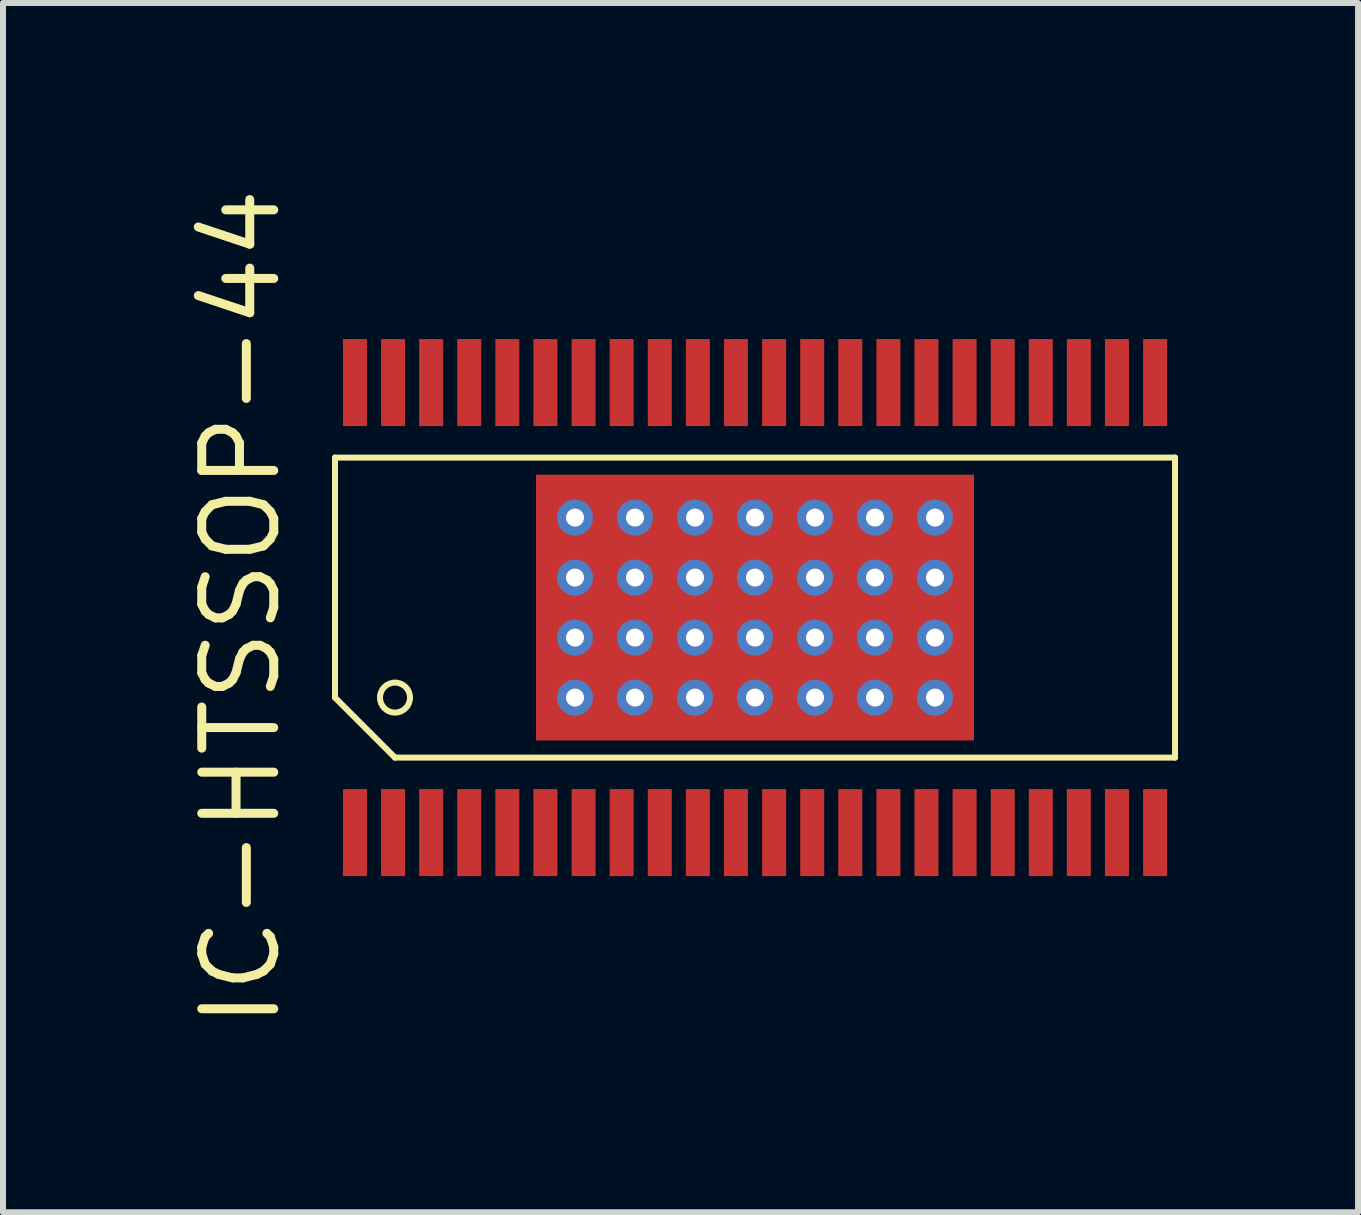
<source format=kicad_pcb>
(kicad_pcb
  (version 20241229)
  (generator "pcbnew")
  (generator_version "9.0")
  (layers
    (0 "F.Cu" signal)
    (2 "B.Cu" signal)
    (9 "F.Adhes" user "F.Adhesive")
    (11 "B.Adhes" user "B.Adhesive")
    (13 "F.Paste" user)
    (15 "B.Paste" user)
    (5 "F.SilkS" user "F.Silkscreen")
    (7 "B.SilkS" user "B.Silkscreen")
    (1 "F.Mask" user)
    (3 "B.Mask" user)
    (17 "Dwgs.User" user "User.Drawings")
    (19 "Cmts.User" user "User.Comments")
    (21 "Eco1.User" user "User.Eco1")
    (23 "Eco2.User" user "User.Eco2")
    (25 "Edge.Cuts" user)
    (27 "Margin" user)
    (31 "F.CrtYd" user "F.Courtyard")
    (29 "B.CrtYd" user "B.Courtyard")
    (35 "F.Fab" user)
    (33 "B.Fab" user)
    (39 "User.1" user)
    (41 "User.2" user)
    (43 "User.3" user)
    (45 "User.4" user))
  (footprint "IC-HTSSOP-44"
    (layer "F.Cu")
    (at 9.533 7.076)
    (property "Reference" "IC-HTSSOP-44" (at -8.568 0 90) (layer "F.SilkS") (effects (font (size 1.2 1.2) (thickness 0.15))))
    (attr through_hole)
    (fp_line (start -7 -2.5) (end -7 0) (stroke (width 0.1) (type solid)) (layer "F.SilkS"))
    (fp_line (start -7 0) (end -7 1.5) (stroke (width 0.1) (type solid)) (layer "F.SilkS"))
    (fp_line (start -7 1.5) (end -6 2.5) (stroke (width 0.1) (type solid)) (layer "F.SilkS"))
    (fp_line (start -6 2.5) (end 7 2.5) (stroke (width 0.1) (type solid)) (layer "F.SilkS"))
    (fp_line (start 7 -2.5) (end -7 -2.5) (stroke (width 0.1) (type solid)) (layer "F.SilkS"))
    (fp_line (start 7 2.5) (end 7 -2.5) (stroke (width 0.1) (type solid)) (layer "F.SilkS"))
    (fp_circle (center -6 1.5) (end -5.75 1.5) (stroke (width 0.1) (type solid)) (fill no) (layer "F.SilkS"))
    (pad "1" smd rect (at -6.668 3.75) (size 0.4 1.45) (layers "F.Cu" "F.Mask" "F.Paste"))
    (pad "2" smd rect (at -6.032 3.75) (size 0.4 1.45) (layers "F.Cu" "F.Mask" "F.Paste"))
    (pad "3" smd rect (at -5.397 3.75) (size 0.4 1.45) (layers "F.Cu" "F.Mask" "F.Paste"))
    (pad "4" smd rect (at -4.763 3.75) (size 0.4 1.45) (layers "F.Cu" "F.Mask" "F.Paste"))
    (pad "5" smd rect (at -4.128 3.75) (size 0.4 1.45) (layers "F.Cu" "F.Mask" "F.Paste"))
    (pad "6" smd rect (at -3.493 3.75) (size 0.4 1.45) (layers "F.Cu" "F.Mask" "F.Paste"))
    (pad "7" smd rect (at -2.857 3.75) (size 0.4 1.45) (layers "F.Cu" "F.Mask" "F.Paste"))
    (pad "8" smd rect (at -2.223 3.75) (size 0.4 1.45) (layers "F.Cu" "F.Mask" "F.Paste"))
    (pad "9" smd rect (at -1.587 3.75) (size 0.4 1.45) (layers "F.Cu" "F.Mask" "F.Paste"))
    (pad "10" smd rect (at -0.953 3.75) (size 0.4 1.45) (layers "F.Cu" "F.Mask" "F.Paste"))
    (pad "11" smd rect (at -0.318 3.75) (size 0.4 1.45) (layers "F.Cu" "F.Mask" "F.Paste"))
    (pad "12" smd rect (at 0.318 3.75) (size 0.4 1.45) (layers "F.Cu" "F.Mask" "F.Paste"))
    (pad "13" smd rect (at 0.953 3.75) (size 0.4 1.45) (layers "F.Cu" "F.Mask" "F.Paste"))
    (pad "14" smd rect (at 1.587 3.75) (size 0.4 1.45) (layers "F.Cu" "F.Mask" "F.Paste"))
    (pad "15" smd rect (at 2.223 3.75) (size 0.4 1.45) (layers "F.Cu" "F.Mask" "F.Paste"))
    (pad "16" smd rect (at 2.857 3.75) (size 0.4 1.45) (layers "F.Cu" "F.Mask" "F.Paste"))
    (pad "17" smd rect (at 3.493 3.75) (size 0.4 1.45) (layers "F.Cu" "F.Mask" "F.Paste"))
    (pad "18" smd rect (at 4.128 3.75) (size 0.4 1.45) (layers "F.Cu" "F.Mask" "F.Paste"))
    (pad "19" smd rect (at 4.763 3.75) (size 0.4 1.45) (layers "F.Cu" "F.Mask" "F.Paste"))
    (pad "20" smd rect (at 5.397 3.75) (size 0.4 1.45) (layers "F.Cu" "F.Mask" "F.Paste"))
    (pad "21" smd rect (at 6.032 3.75) (size 0.4 1.45) (layers "F.Cu" "F.Mask" "F.Paste"))
    (pad "22" smd rect (at 6.668 3.75) (size 0.4 1.45) (layers "F.Cu" "F.Mask" "F.Paste"))
    (pad "23" smd rect (at 6.668 -3.75) (size 0.4 1.45) (layers "F.Cu" "F.Mask" "F.Paste"))
    (pad "24" smd rect (at 6.032 -3.75) (size 0.4 1.45) (layers "F.Cu" "F.Mask" "F.Paste"))
    (pad "25" smd rect (at 5.397 -3.75) (size 0.4 1.45) (layers "F.Cu" "F.Mask" "F.Paste"))
    (pad "26" smd rect (at 4.763 -3.75) (size 0.4 1.45) (layers "F.Cu" "F.Mask" "F.Paste"))
    (pad "27" smd rect (at 4.128 -3.75) (size 0.4 1.45) (layers "F.Cu" "F.Mask" "F.Paste"))
    (pad "28" smd rect (at 3.493 -3.75) (size 0.4 1.45) (layers "F.Cu" "F.Mask" "F.Paste"))
    (pad "29" smd rect (at 2.857 -3.75) (size 0.4 1.45) (layers "F.Cu" "F.Mask" "F.Paste"))
    (pad "30" smd rect (at 2.223 -3.75) (size 0.4 1.45) (layers "F.Cu" "F.Mask" "F.Paste"))
    (pad "31" smd rect (at 1.587 -3.75) (size 0.4 1.45) (layers "F.Cu" "F.Mask" "F.Paste"))
    (pad "32" smd rect (at 0.953 -3.75) (size 0.4 1.45) (layers "F.Cu" "F.Mask" "F.Paste"))
    (pad "33" smd rect (at 0.318 -3.75) (size 0.4 1.45) (layers "F.Cu" "F.Mask" "F.Paste"))
    (pad "34" smd rect (at -0.318 -3.75) (size 0.4 1.45) (layers "F.Cu" "F.Mask" "F.Paste"))
    (pad "35" smd rect (at -0.953 -3.75) (size 0.4 1.45) (layers "F.Cu" "F.Mask" "F.Paste"))
    (pad "36" smd rect (at -1.587 -3.75) (size 0.4 1.45) (layers "F.Cu" "F.Mask" "F.Paste"))
    (pad "37" smd rect (at -2.223 -3.75) (size 0.4 1.45) (layers "F.Cu" "F.Mask" "F.Paste"))
    (pad "38" smd rect (at -2.857 -3.75) (size 0.4 1.45) (layers "F.Cu" "F.Mask" "F.Paste"))
    (pad "39" smd rect (at -3.493 -3.75) (size 0.4 1.45) (layers "F.Cu" "F.Mask" "F.Paste"))
    (pad "40" smd rect (at -4.128 -3.75) (size 0.4 1.45) (layers "F.Cu" "F.Mask" "F.Paste"))
    (pad "41" smd rect (at -4.763 -3.75) (size 0.4 1.45) (layers "F.Cu" "F.Mask" "F.Paste"))
    (pad "42" smd rect (at -5.397 -3.75) (size 0.4 1.45) (layers "F.Cu" "F.Mask" "F.Paste"))
    (pad "43" smd rect (at -6.032 -3.75) (size 0.4 1.45) (layers "F.Cu" "F.Mask" "F.Paste"))
    (pad "44" smd rect (at -6.668 -3.75) (size 0.4 1.45) (layers "F.Cu" "F.Mask" "F.Paste"))
    (pad "PAD" thru_hole circle (at -3 -1.5 90) (size 0.6 0.6) (drill 0.3) (layers "*.Cu" "*.Mask"))
    (pad "PAD" thru_hole circle (at -3 -0.5 90) (size 0.6 0.6) (drill 0.3) (layers "*.Cu" "*.Mask"))
    (pad "PAD" thru_hole circle (at -3 0.5 90) (size 0.6 0.6) (drill 0.3) (layers "*.Cu" "*.Mask"))
    (pad "PAD" thru_hole circle (at -3 1.5 90) (size 0.6 0.6) (drill 0.3) (layers "*.Cu" "*.Mask"))
    (pad "PAD" thru_hole circle (at -2 -1.5 90) (size 0.6 0.6) (drill 0.3) (layers "*.Cu" "*.Mask"))
    (pad "PAD" thru_hole circle (at -2 -0.5 90) (size 0.6 0.6) (drill 0.3) (layers "*.Cu" "*.Mask"))
    (pad "PAD" thru_hole circle (at -2 0.5 90) (size 0.6 0.6) (drill 0.3) (layers "*.Cu" "*.Mask"))
    (pad "PAD" thru_hole circle (at -2 1.5 90) (size 0.6 0.6) (drill 0.3) (layers "*.Cu" "*.Mask"))
    (pad "PAD" thru_hole circle (at -1 -1.5 90) (size 0.6 0.6) (drill 0.3) (layers "*.Cu" "*.Mask"))
    (pad "PAD" thru_hole circle (at -1 -0.5 90) (size 0.6 0.6) (drill 0.3) (layers "*.Cu" "*.Mask"))
    (pad "PAD" thru_hole circle (at -1 0.5 90) (size 0.6 0.6) (drill 0.3) (layers "*.Cu" "*.Mask"))
    (pad "PAD" thru_hole circle (at -1 1.5 90) (size 0.6 0.6) (drill 0.3) (layers "*.Cu" "*.Mask"))
    (pad "PAD" thru_hole circle (at 0 -1.5 90) (size 0.6 0.6) (drill 0.3) (layers "*.Cu" "*.Mask"))
    (pad "PAD" thru_hole circle (at 0 -0.5 90) (size 0.6 0.6) (drill 0.3) (layers "*.Cu" "*.Mask"))
    (pad "PAD" smd rect (at 0 0 90) (size 4.43 7.3) (layers "F.Cu" "F.Mask" "F.Paste"))
    (pad "PAD" thru_hole circle (at 0 0.5 90) (size 0.6 0.6) (drill 0.3) (layers "*.Cu" "*.Mask"))
    (pad "PAD" thru_hole circle (at 0 1.5 90) (size 0.6 0.6) (drill 0.3) (layers "*.Cu" "*.Mask"))
    (pad "PAD" thru_hole circle (at 1 -1.5 90) (size 0.6 0.6) (drill 0.3) (layers "*.Cu" "*.Mask"))
    (pad "PAD" thru_hole circle (at 1 -0.5 90) (size 0.6 0.6) (drill 0.3) (layers "*.Cu" "*.Mask"))
    (pad "PAD" thru_hole circle (at 1 0.5 90) (size 0.6 0.6) (drill 0.3) (layers "*.Cu" "*.Mask"))
    (pad "PAD" thru_hole circle (at 1 1.5 90) (size 0.6 0.6) (drill 0.3) (layers "*.Cu" "*.Mask"))
    (pad "PAD" thru_hole circle (at 2 -1.5 90) (size 0.6 0.6) (drill 0.3) (layers "*.Cu" "*.Mask"))
    (pad "PAD" thru_hole circle (at 2 -0.5 90) (size 0.6 0.6) (drill 0.3) (layers "*.Cu" "*.Mask"))
    (pad "PAD" thru_hole circle (at 2 0.5 90) (size 0.6 0.6) (drill 0.3) (layers "*.Cu" "*.Mask"))
    (pad "PAD" thru_hole circle (at 2 1.5 90) (size 0.6 0.6) (drill 0.3) (layers "*.Cu" "*.Mask"))
    (pad "PAD" thru_hole circle (at 3 -1.5 90) (size 0.6 0.6) (drill 0.3) (layers "*.Cu" "*.Mask"))
    (pad "PAD" thru_hole circle (at 3 -0.5 90) (size 0.6 0.6) (drill 0.3) (layers "*.Cu" "*.Mask"))
    (pad "PAD" thru_hole circle (at 3 0.5 90) (size 0.6 0.6) (drill 0.3) (layers "*.Cu" "*.Mask"))
    (pad "PAD" thru_hole circle (at 3 1.5 90) (size 0.6 0.6) (drill 0.3) (layers "*.Cu" "*.Mask")))
  (gr_rect
    (start -3 -3)
    (end 19.583 17.153)
    (stroke (width 0.1) (type default))
    (fill no)
    (layer "Edge.Cuts")))
</source>
